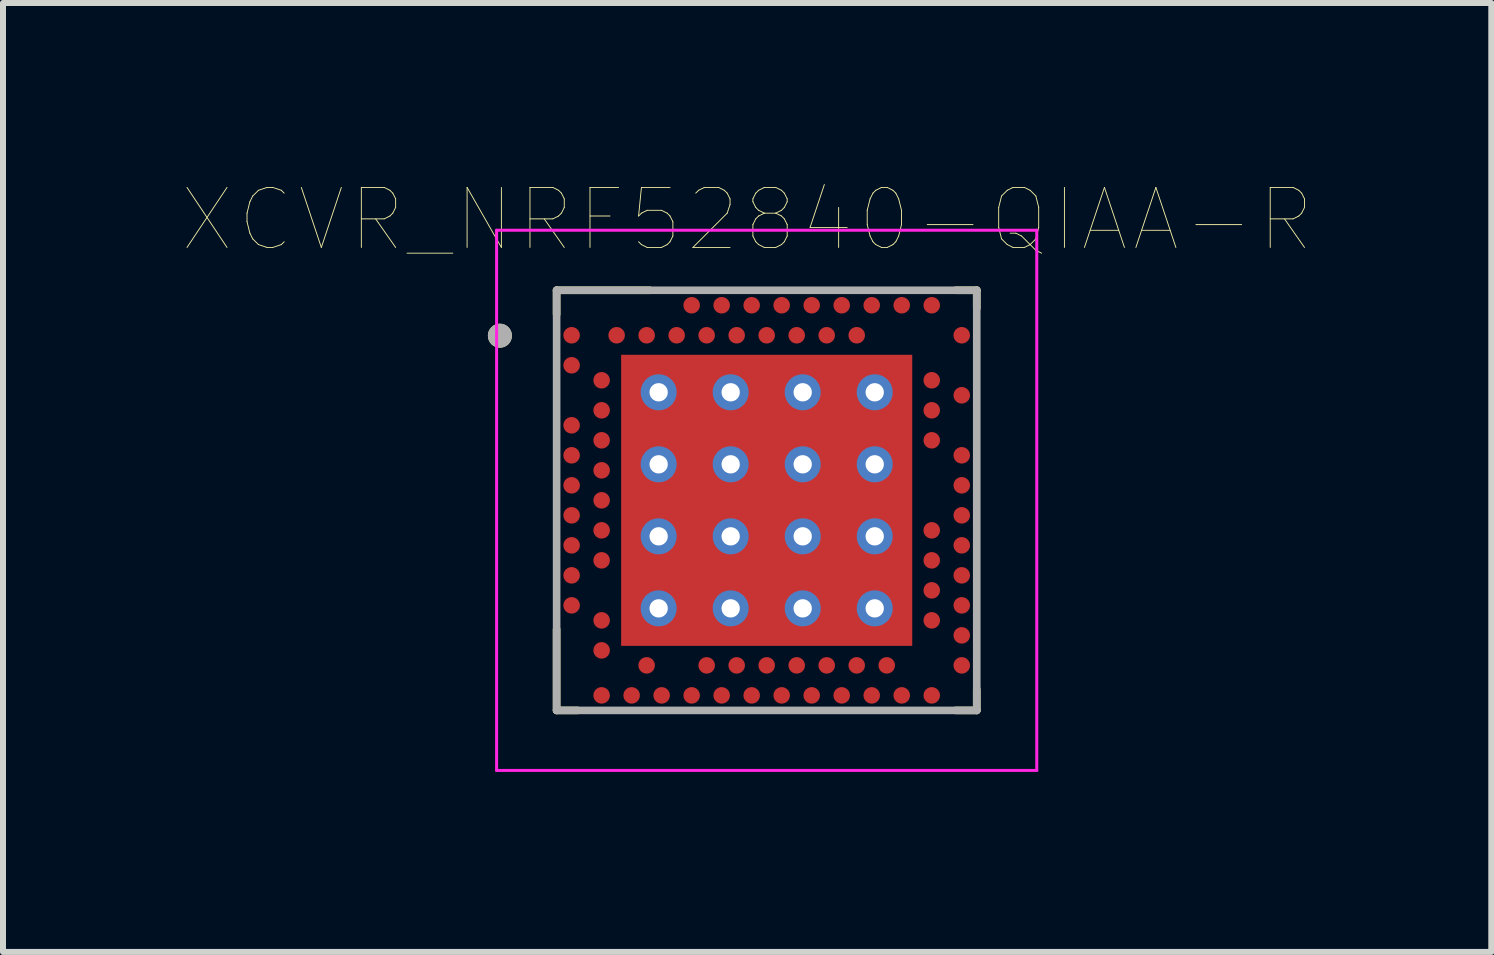
<source format=kicad_pcb>
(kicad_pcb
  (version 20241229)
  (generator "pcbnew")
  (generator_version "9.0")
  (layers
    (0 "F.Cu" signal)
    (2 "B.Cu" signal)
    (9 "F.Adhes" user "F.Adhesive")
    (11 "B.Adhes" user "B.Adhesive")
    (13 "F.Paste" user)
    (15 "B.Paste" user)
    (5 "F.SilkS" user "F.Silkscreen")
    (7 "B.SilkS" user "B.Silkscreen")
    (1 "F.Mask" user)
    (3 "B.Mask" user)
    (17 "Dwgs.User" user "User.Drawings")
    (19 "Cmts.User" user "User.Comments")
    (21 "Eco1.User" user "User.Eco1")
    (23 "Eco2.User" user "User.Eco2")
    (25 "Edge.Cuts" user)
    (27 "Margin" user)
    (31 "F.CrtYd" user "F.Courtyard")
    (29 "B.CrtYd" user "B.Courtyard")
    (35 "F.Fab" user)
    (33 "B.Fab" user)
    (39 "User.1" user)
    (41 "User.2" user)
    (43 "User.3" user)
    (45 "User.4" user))
  (footprint "XCVR_NRF52840-QIAA-R"
    (layer "F.Cu")
    (at 9.724 5.286)
    (property "Reference" "XCVR_NRF52840-QIAA-R" (at -0.325 -4.675 0) (layer "F.SilkS") (effects (font (size 1 1) (thickness 0.015))))
    (attr through_hole)
    (fp_line (start -3.5 -3.5) (end -1.95 -3.5) (stroke (width 0.127) (type solid)) (layer "F.SilkS"))
    (fp_line (start -3.5 -3.1) (end -3.5 -3.5) (stroke (width 0.127) (type solid)) (layer "F.SilkS"))
    (fp_line (start -3.5 3.5) (end -3.5 2.15) (stroke (width 0.127) (type solid)) (layer "F.SilkS"))
    (fp_line (start -3.15 3.5) (end -3.5 3.5) (stroke (width 0.127) (type solid)) (layer "F.SilkS"))
    (fp_line (start 3.15 -3.5) (end 3.5 -3.5) (stroke (width 0.127) (type solid)) (layer "F.SilkS"))
    (fp_line (start 3.5 -3.5) (end 3.5 -3.2) (stroke (width 0.127) (type solid)) (layer "F.SilkS"))
    (fp_line (start 3.5 3.15) (end 3.5 3.5) (stroke (width 0.127) (type solid)) (layer "F.SilkS"))
    (fp_line (start 3.5 3.5) (end 3.15 3.5) (stroke (width 0.127) (type solid)) (layer "F.SilkS"))
    (fp_circle (center -4.445 -2.743) (end -4.345 -2.743) (stroke (width 0.2) (type solid)) (fill no) (layer "F.SilkS"))
    (fp_poly (pts (xy -2.075 -2.075) (xy -0.355 -2.075) (xy -0.355 -0.355) (xy -2.075 -0.355)) (stroke (width 0.01) (type solid)) (fill yes) (layer "F.Paste"))
    (fp_poly (pts (xy -2.075 0.355) (xy -0.355 0.355) (xy -0.355 2.075) (xy -2.075 2.075)) (stroke (width 0.01) (type solid)) (fill yes) (layer "F.Paste"))
    (fp_poly (pts (xy 0.355 -2.075) (xy 2.075 -2.075) (xy 2.075 -0.355) (xy 0.355 -0.355)) (stroke (width 0.01) (type solid)) (fill yes) (layer "F.Paste"))
    (fp_poly (pts (xy 0.355 0.355) (xy 2.075 0.355) (xy 2.075 2.075) (xy 0.355 2.075)) (stroke (width 0.01) (type solid)) (fill yes) (layer "F.Paste"))
    (fp_line (start -4.5 -4.5) (end -4.5 4.5) (stroke (width 0.05) (type solid)) (layer "F.CrtYd"))
    (fp_line (start -4.5 4.5) (end 4.5 4.5) (stroke (width 0.05) (type solid)) (layer "F.CrtYd"))
    (fp_line (start 4.5 -4.5) (end -4.5 -4.5) (stroke (width 0.05) (type solid)) (layer "F.CrtYd"))
    (fp_line (start 4.5 4.5) (end 4.5 -4.5) (stroke (width 0.05) (type solid)) (layer "F.CrtYd"))
    (fp_line (start -3.5 -3.5) (end 3.5 -3.5) (stroke (width 0.127) (type solid)) (layer "F.Fab"))
    (fp_line (start -3.5 3.5) (end -3.5 -3.5) (stroke (width 0.127) (type solid)) (layer "F.Fab"))
    (fp_line (start 3.5 -3.5) (end 3.5 3.5) (stroke (width 0.127) (type solid)) (layer "F.Fab"))
    (fp_line (start 3.5 3.5) (end -3.5 3.5) (stroke (width 0.127) (type solid)) (layer "F.Fab"))
    (fp_circle (center -4.445 -2.743) (end -4.345 -2.743) (stroke (width 0.2) (type solid)) (fill no) (layer "F.Fab"))
    (pad "74" smd rect (at 0 0) (size 4.85 4.85) (layers "F.Cu" "F.Mask"))
    (pad "74_1" thru_hole circle (at -1.8 -1.8) (size 0.6 0.6) (drill 0.305) (layers "*.Cu" "*.Mask"))
    (pad "74_2" thru_hole circle (at -0.6 -1.8) (size 0.6 0.6) (drill 0.305) (layers "*.Cu" "*.Mask"))
    (pad "74_3" thru_hole circle (at 0.6 -1.8) (size 0.6 0.6) (drill 0.305) (layers "*.Cu" "*.Mask"))
    (pad "74_4" thru_hole circle (at 1.8 -1.8) (size 0.6 0.6) (drill 0.305) (layers "*.Cu" "*.Mask"))
    (pad "74_5" thru_hole circle (at -1.8 -0.6) (size 0.6 0.6) (drill 0.305) (layers "*.Cu" "*.Mask"))
    (pad "74_6" thru_hole circle (at -0.6 -0.6) (size 0.6 0.6) (drill 0.305) (layers "*.Cu" "*.Mask"))
    (pad "74_7" thru_hole circle (at 0.6 -0.6) (size 0.6 0.6) (drill 0.305) (layers "*.Cu" "*.Mask"))
    (pad "74_8" thru_hole circle (at 1.8 -0.6) (size 0.6 0.6) (drill 0.305) (layers "*.Cu" "*.Mask"))
    (pad "74_9" thru_hole circle (at -1.8 0.6) (size 0.6 0.6) (drill 0.305) (layers "*.Cu" "*.Mask"))
    (pad "74_10" thru_hole circle (at -0.6 0.6) (size 0.6 0.6) (drill 0.305) (layers "*.Cu" "*.Mask"))
    (pad "74_11" thru_hole circle (at 0.6 0.6) (size 0.6 0.6) (drill 0.305) (layers "*.Cu" "*.Mask"))
    (pad "74_12" thru_hole circle (at 1.8 0.6) (size 0.6 0.6) (drill 0.305) (layers "*.Cu" "*.Mask"))
    (pad "74_13" thru_hole circle (at -1.8 1.8) (size 0.6 0.6) (drill 0.305) (layers "*.Cu" "*.Mask"))
    (pad "74_14" thru_hole circle (at -0.6 1.8) (size 0.6 0.6) (drill 0.305) (layers "*.Cu" "*.Mask"))
    (pad "74_15" thru_hole circle (at 0.6 1.8) (size 0.6 0.6) (drill 0.305) (layers "*.Cu" "*.Mask"))
    (pad "74_16" thru_hole circle (at 1.8 1.8) (size 0.6 0.6) (drill 0.305) (layers "*.Cu" "*.Mask"))
    (pad "A8" smd circle (at -1.25 -3.25) (size 0.275 0.275) (layers "F.Cu" "F.Mask" "F.Paste"))
    (pad "A10" smd circle (at -0.75 -3.25) (size 0.275 0.275) (layers "F.Cu" "F.Mask" "F.Paste"))
    (pad "A12" smd circle (at -0.25 -3.25) (size 0.275 0.275) (layers "F.Cu" "F.Mask" "F.Paste"))
    (pad "A14" smd circle (at 0.25 -3.25) (size 0.275 0.275) (layers "F.Cu" "F.Mask" "F.Paste"))
    (pad "A16" smd circle (at 0.75 -3.25) (size 0.275 0.275) (layers "F.Cu" "F.Mask" "F.Paste"))
    (pad "A18" smd circle (at 1.25 -3.25) (size 0.275 0.275) (layers "F.Cu" "F.Mask" "F.Paste"))
    (pad "A20" smd circle (at 1.75 -3.25) (size 0.275 0.275) (layers "F.Cu" "F.Mask" "F.Paste"))
    (pad "A22" smd circle (at 2.25 -3.25) (size 0.275 0.275) (layers "F.Cu" "F.Mask" "F.Paste"))
    (pad "A23" smd circle (at 2.75 -3.25) (size 0.275 0.275) (layers "F.Cu" "F.Mask" "F.Paste"))
    (pad "AA24" smd circle (at 3.25 2.25) (size 0.275 0.275) (layers "F.Cu" "F.Mask" "F.Paste"))
    (pad "AB2" smd circle (at -2.75 2.5) (size 0.275 0.275) (layers "F.Cu" "F.Mask" "F.Paste"))
    (pad "AC5" smd circle (at -2 2.75) (size 0.275 0.275) (layers "F.Cu" "F.Mask" "F.Paste"))
    (pad "AC9" smd circle (at -1 2.75) (size 0.275 0.275) (layers "F.Cu" "F.Mask" "F.Paste"))
    (pad "AC11" smd circle (at -0.5 2.75) (size 0.275 0.275) (layers "F.Cu" "F.Mask" "F.Paste"))
    (pad "AC13" smd circle (at 0 2.75) (size 0.275 0.275) (layers "F.Cu" "F.Mask" "F.Paste"))
    (pad "AC15" smd circle (at 0.5 2.75) (size 0.275 0.275) (layers "F.Cu" "F.Mask" "F.Paste"))
    (pad "AC17" smd circle (at 1 2.75) (size 0.275 0.275) (layers "F.Cu" "F.Mask" "F.Paste"))
    (pad "AC19" smd circle (at 1.5 2.75) (size 0.275 0.275) (layers "F.Cu" "F.Mask" "F.Paste"))
    (pad "AC21" smd circle (at 2 2.75) (size 0.275 0.275) (layers "F.Cu" "F.Mask" "F.Paste"))
    (pad "AC24" smd circle (at 3.25 2.75) (size 0.275 0.275) (layers "F.Cu" "F.Mask" "F.Paste"))
    (pad "AD2" smd circle (at -2.75 3.25) (size 0.275 0.275) (layers "F.Cu" "F.Mask" "F.Paste"))
    (pad "AD4" smd circle (at -2.25 3.25) (size 0.275 0.275) (layers "F.Cu" "F.Mask" "F.Paste"))
    (pad "AD6" smd circle (at -1.75 3.25) (size 0.275 0.275) (layers "F.Cu" "F.Mask" "F.Paste"))
    (pad "AD8" smd circle (at -1.25 3.25) (size 0.275 0.275) (layers "F.Cu" "F.Mask" "F.Paste"))
    (pad "AD10" smd circle (at -0.75 3.25) (size 0.275 0.275) (layers "F.Cu" "F.Mask" "F.Paste"))
    (pad "AD12" smd circle (at -0.25 3.25) (size 0.275 0.275) (layers "F.Cu" "F.Mask" "F.Paste"))
    (pad "AD14" smd circle (at 0.25 3.25) (size 0.275 0.275) (layers "F.Cu" "F.Mask" "F.Paste"))
    (pad "AD16" smd circle (at 0.75 3.25) (size 0.275 0.275) (layers "F.Cu" "F.Mask" "F.Paste"))
    (pad "AD18" smd circle (at 1.25 3.25) (size 0.275 0.275) (layers "F.Cu" "F.Mask" "F.Paste"))
    (pad "AD20" smd circle (at 1.75 3.25) (size 0.275 0.275) (layers "F.Cu" "F.Mask" "F.Paste"))
    (pad "AD22" smd circle (at 2.25 3.25) (size 0.275 0.275) (layers "F.Cu" "F.Mask" "F.Paste"))
    (pad "AD23" smd circle (at 2.75 3.25) (size 0.275 0.275) (layers "F.Cu" "F.Mask" "F.Paste"))
    (pad "B1" smd circle (at -3.25 -2.75) (size 0.275 0.275) (layers "F.Cu" "F.Mask" "F.Paste"))
    (pad "B3" smd circle (at -2.5 -2.75) (size 0.275 0.275) (layers "F.Cu" "F.Mask" "F.Paste"))
    (pad "B5" smd circle (at -2 -2.75) (size 0.275 0.275) (layers "F.Cu" "F.Mask" "F.Paste"))
    (pad "B7" smd circle (at -1.5 -2.75) (size 0.275 0.275) (layers "F.Cu" "F.Mask" "F.Paste"))
    (pad "B9" smd circle (at -1 -2.75) (size 0.275 0.275) (layers "F.Cu" "F.Mask" "F.Paste"))
    (pad "B11" smd circle (at -0.5 -2.75) (size 0.275 0.275) (layers "F.Cu" "F.Mask" "F.Paste"))
    (pad "B13" smd circle (at 0 -2.75) (size 0.275 0.275) (layers "F.Cu" "F.Mask" "F.Paste"))
    (pad "B15" smd circle (at 0.5 -2.75) (size 0.275 0.275) (layers "F.Cu" "F.Mask" "F.Paste"))
    (pad "B17" smd circle (at 1 -2.75) (size 0.275 0.275) (layers "F.Cu" "F.Mask" "F.Paste"))
    (pad "B19" smd circle (at 1.5 -2.75) (size 0.275 0.275) (layers "F.Cu" "F.Mask" "F.Paste"))
    (pad "B24" smd circle (at 3.25 -2.75) (size 0.275 0.275) (layers "F.Cu" "F.Mask" "F.Paste"))
    (pad "C1" smd circle (at -3.25 -2.25) (size 0.275 0.275) (layers "F.Cu" "F.Mask" "F.Paste"))
    (pad "D2" smd circle (at -2.75 -2) (size 0.275 0.275) (layers "F.Cu" "F.Mask" "F.Paste"))
    (pad "D23" smd circle (at 2.75 -2) (size 0.275 0.275) (layers "F.Cu" "F.Mask" "F.Paste"))
    (pad "E24" smd circle (at 3.25 -1.75) (size 0.275 0.275) (layers "F.Cu" "F.Mask" "F.Paste"))
    (pad "F2" smd circle (at -2.75 -1.5) (size 0.275 0.275) (layers "F.Cu" "F.Mask" "F.Paste"))
    (pad "F23" smd circle (at 2.75 -1.5) (size 0.275 0.275) (layers "F.Cu" "F.Mask" "F.Paste"))
    (pad "G1" smd circle (at -3.25 -1.25) (size 0.275 0.275) (layers "F.Cu" "F.Mask" "F.Paste"))
    (pad "H2" smd circle (at -2.75 -1) (size 0.275 0.275) (layers "F.Cu" "F.Mask" "F.Paste"))
    (pad "H23" smd circle (at 2.75 -1) (size 0.275 0.275) (layers "F.Cu" "F.Mask" "F.Paste"))
    (pad "J1" smd circle (at -3.25 -0.75) (size 0.275 0.275) (layers "F.Cu" "F.Mask" "F.Paste"))
    (pad "J24" smd circle (at 3.25 -0.75) (size 0.275 0.275) (layers "F.Cu" "F.Mask" "F.Paste"))
    (pad "K2" smd circle (at -2.75 -0.5) (size 0.275 0.275) (layers "F.Cu" "F.Mask" "F.Paste"))
    (pad "L1" smd circle (at -3.25 -0.25) (size 0.275 0.275) (layers "F.Cu" "F.Mask" "F.Paste"))
    (pad "L24" smd circle (at 3.25 -0.25) (size 0.275 0.275) (layers "F.Cu" "F.Mask" "F.Paste"))
    (pad "M2" smd circle (at -2.75 0) (size 0.275 0.275) (layers "F.Cu" "F.Mask" "F.Paste"))
    (pad "N1" smd circle (at -3.25 0.25) (size 0.275 0.275) (layers "F.Cu" "F.Mask" "F.Paste"))
    (pad "N24" smd circle (at 3.25 0.25) (size 0.275 0.275) (layers "F.Cu" "F.Mask" "F.Paste"))
    (pad "P2" smd circle (at -2.75 0.5) (size 0.275 0.275) (layers "F.Cu" "F.Mask" "F.Paste"))
    (pad "P23" smd circle (at 2.75 0.5) (size 0.275 0.275) (layers "F.Cu" "F.Mask" "F.Paste"))
    (pad "R1" smd circle (at -3.25 0.75) (size 0.275 0.275) (layers "F.Cu" "F.Mask" "F.Paste"))
    (pad "R24" smd circle (at 3.25 0.75) (size 0.275 0.275) (layers "F.Cu" "F.Mask" "F.Paste"))
    (pad "T2" smd circle (at -2.75 1) (size 0.275 0.275) (layers "F.Cu" "F.Mask" "F.Paste"))
    (pad "T23" smd circle (at 2.75 1) (size 0.275 0.275) (layers "F.Cu" "F.Mask" "F.Paste"))
    (pad "U1" smd circle (at -3.25 1.25) (size 0.275 0.275) (layers "F.Cu" "F.Mask" "F.Paste"))
    (pad "U24" smd circle (at 3.25 1.25) (size 0.275 0.275) (layers "F.Cu" "F.Mask" "F.Paste"))
    (pad "V23" smd circle (at 2.75 1.5) (size 0.275 0.275) (layers "F.Cu" "F.Mask" "F.Paste"))
    (pad "W1" smd circle (at -3.25 1.75) (size 0.275 0.275) (layers "F.Cu" "F.Mask" "F.Paste"))
    (pad "W24" smd circle (at 3.25 1.75) (size 0.275 0.275) (layers "F.Cu" "F.Mask" "F.Paste"))
    (pad "Y2" smd circle (at -2.75 2) (size 0.275 0.275) (layers "F.Cu" "F.Mask" "F.Paste"))
    (pad "Y23" smd circle (at 2.75 2) (size 0.275 0.275) (layers "F.Cu" "F.Mask" "F.Paste")))
  (gr_rect
    (start -3 -3)
    (end 21.797 12.811)
    (stroke (width 0.1) (type default))
    (fill no)
    (layer "Edge.Cuts")))
</source>
